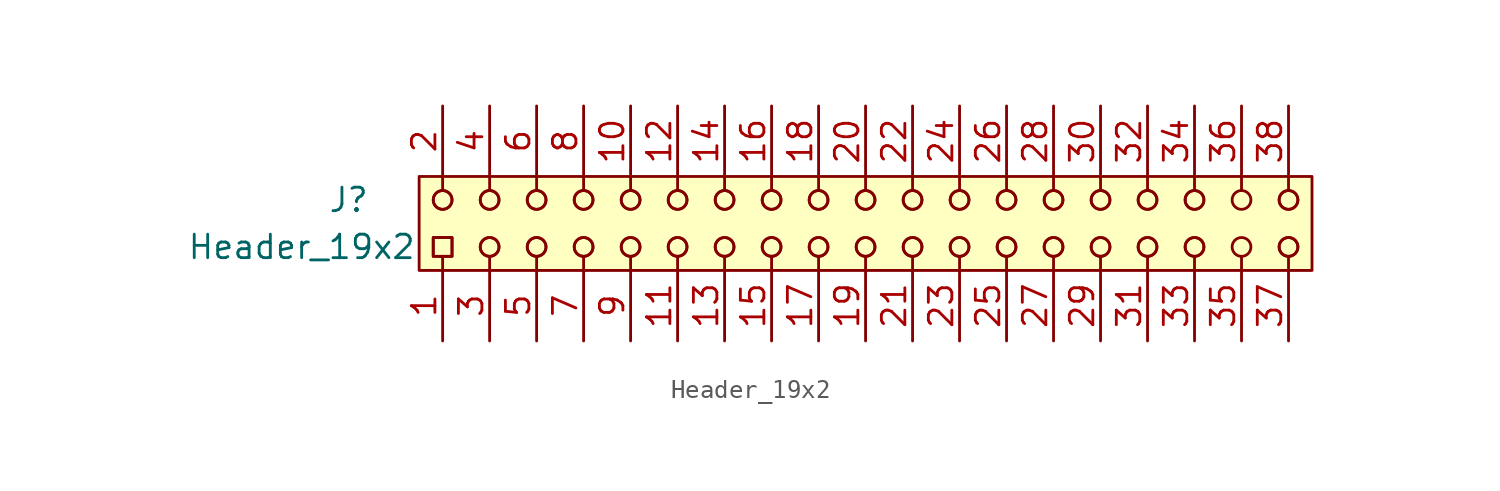
<source format=kicad_sym>
(kicad_symbol_lib
  (version 20220914)
  (generator kicad_symbol_editor)
  (symbol "Header_19x2"
    (pin_names hide)
    (property "Reference" "J"
      (at -27.94 2.54 0)
      (effects (font (size 1.27 1.27))))
    (property "Value" "Header_19x2"
      (at -30.48 0 0)
      (effects (font (size 1.27 1.27))))
    (symbol "Header_19x2_0_0"
      (pin passive line (at -22.86 -5.08 90) (length 3.81) (name "~" (effects (font (size 1.27 1.27)))) (number "1" (effects (font (size 1.27 1.27)))))
      (pin passive line (at -12.7 7.62 270) (length 3.81) (name "~" (effects (font (size 1.27 1.27)))) (number "10" (effects (font (size 1.27 1.27)))))
      (pin passive line (at -10.16 -5.08 90) (length 3.81) (name "~" (effects (font (size 1.27 1.27)))) (number "11" (effects (font (size 1.27 1.27)))))
      (pin passive line (at -10.16 7.62 270) (length 3.81) (name "~" (effects (font (size 1.27 1.27)))) (number "12" (effects (font (size 1.27 1.27)))))
      (pin passive line (at -7.62 -5.08 90) (length 3.81) (name "~" (effects (font (size 1.27 1.27)))) (number "13" (effects (font (size 1.27 1.27)))))
      (pin passive line (at -7.62 7.62 270) (length 3.81) (name "~" (effects (font (size 1.27 1.27)))) (number "14" (effects (font (size 1.27 1.27)))))
      (pin passive line (at -5.08 -5.08 90) (length 3.81) (name "~" (effects (font (size 1.27 1.27)))) (number "15" (effects (font (size 1.27 1.27)))))
      (pin passive line (at -5.08 7.62 270) (length 3.81) (name "~" (effects (font (size 1.27 1.27)))) (number "16" (effects (font (size 1.27 1.27)))))
      (pin passive line (at -2.54 -5.08 90) (length 3.81) (name "~" (effects (font (size 1.27 1.27)))) (number "17" (effects (font (size 1.27 1.27)))))
      (pin passive line (at -2.54 7.62 270) (length 3.81) (name "~" (effects (font (size 1.27 1.27)))) (number "18" (effects (font (size 1.27 1.27)))))
      (pin passive line (at 0 -5.08 90) (length 3.81) (name "~" (effects (font (size 1.27 1.27)))) (number "19" (effects (font (size 1.27 1.27)))))
      (pin passive line (at -22.86 7.62 270) (length 3.81) (name "~" (effects (font (size 1.27 1.27)))) (number "2" (effects (font (size 1.27 1.27)))))
      (pin passive line (at 0 7.62 270) (length 3.81) (name "~" (effects (font (size 1.27 1.27)))) (number "20" (effects (font (size 1.27 1.27)))))
      (pin passive line (at 2.54 -5.08 90) (length 3.81) (name "~" (effects (font (size 1.27 1.27)))) (number "21" (effects (font (size 1.27 1.27)))))
      (pin passive line (at 2.54 7.62 270) (length 3.81) (name "~" (effects (font (size 1.27 1.27)))) (number "22" (effects (font (size 1.27 1.27)))))
      (pin passive line (at 5.08 -5.08 90) (length 3.81) (name "~" (effects (font (size 1.27 1.27)))) (number "23" (effects (font (size 1.27 1.27)))))
      (pin passive line (at 5.08 7.62 270) (length 3.81) (name "~" (effects (font (size 1.27 1.27)))) (number "24" (effects (font (size 1.27 1.27)))))
      (pin passive line (at 7.62 -5.08 90) (length 3.81) (name "~" (effects (font (size 1.27 1.27)))) (number "25" (effects (font (size 1.27 1.27)))))
      (pin passive line (at 7.62 7.62 270) (length 3.81) (name "~" (effects (font (size 1.27 1.27)))) (number "26" (effects (font (size 1.27 1.27)))))
      (pin passive line (at 10.16 -5.08 90) (length 3.81) (name "~" (effects (font (size 1.27 1.27)))) (number "27" (effects (font (size 1.27 1.27)))))
      (pin passive line (at 10.16 7.62 270) (length 3.81) (name "~" (effects (font (size 1.27 1.27)))) (number "28" (effects (font (size 1.27 1.27)))))
      (pin passive line (at 12.7 -5.08 90) (length 3.81) (name "~" (effects (font (size 1.27 1.27)))) (number "29" (effects (font (size 1.27 1.27)))))
      (pin passive line (at -20.32 -5.08 90) (length 3.81) (name "~" (effects (font (size 1.27 1.27)))) (number "3" (effects (font (size 1.27 1.27)))))
      (pin passive line (at 12.7 7.62 270) (length 3.81) (name "~" (effects (font (size 1.27 1.27)))) (number "30" (effects (font (size 1.27 1.27)))))
      (pin passive line (at 15.24 -5.08 90) (length 3.81) (name "~" (effects (font (size 1.27 1.27)))) (number "31" (effects (font (size 1.27 1.27)))))
      (pin passive line (at 15.24 7.62 270) (length 3.81) (name "~" (effects (font (size 1.27 1.27)))) (number "32" (effects (font (size 1.27 1.27)))))
      (pin passive line (at 17.78 -5.08 90) (length 3.81) (name "~" (effects (font (size 1.27 1.27)))) (number "33" (effects (font (size 1.27 1.27)))))
      (pin passive line (at 17.78 7.62 270) (length 3.81) (name "~" (effects (font (size 1.27 1.27)))) (number "34" (effects (font (size 1.27 1.27)))))
      (pin passive line (at 20.32 -5.08 90) (length 3.81) (name "~" (effects (font (size 1.27 1.27)))) (number "35" (effects (font (size 1.27 1.27)))))
      (pin passive line (at 20.32 7.62 270) (length 3.81) (name "~" (effects (font (size 1.27 1.27)))) (number "36" (effects (font (size 1.27 1.27)))))
      (pin passive line (at 22.86 -5.08 90) (length 3.81) (name "~" (effects (font (size 1.27 1.27)))) (number "37" (effects (font (size 1.27 1.27)))))
      (pin passive line (at 22.86 7.62 270) (length 3.81) (name "~" (effects (font (size 1.27 1.27)))) (number "38" (effects (font (size 1.27 1.27)))))
      (pin passive line (at -20.32 7.62 270) (length 3.81) (name "~" (effects (font (size 1.27 1.27)))) (number "4" (effects (font (size 1.27 1.27)))))
      (pin passive line (at -17.78 -5.08 90) (length 3.81) (name "~" (effects (font (size 1.27 1.27)))) (number "5" (effects (font (size 1.27 1.27)))))
      (pin passive line (at -17.78 7.62 270) (length 3.81) (name "~" (effects (font (size 1.27 1.27)))) (number "6" (effects (font (size 1.27 1.27)))))
      (pin passive line (at -15.24 -5.08 90) (length 3.81) (name "~" (effects (font (size 1.27 1.27)))) (number "7" (effects (font (size 1.27 1.27)))))
      (pin passive line (at -15.24 7.62 270) (length 3.81) (name "~" (effects (font (size 1.27 1.27)))) (number "8" (effects (font (size 1.27 1.27)))))
      (pin passive line (at -12.7 -5.08 90) (length 3.81) (name "~" (effects (font (size 1.27 1.27)))) (number "9" (effects (font (size 1.27 1.27))))))
    (symbol "Header_19x2_0_1"
      (rectangle (start -24.13 3.81) (end 24.13 -1.27) (stroke (width 0.152) (type default)) (fill (type background)))
      (rectangle (start -23.368 0.508) (end -22.352 -0.508) (stroke (width 0) (type default)) (fill (type none)))
      (rectangle (start -23.368 0.508) (end -22.352 -0.508) (stroke (width 0) (type default)) (fill (type none)))
      (circle (center -22.86 2.54) (radius 0.508) (stroke (width 0) (type default)) (fill (type none)))
      (circle (center -22.86 2.54) (radius 0.508) (stroke (width 0) (type default)) (fill (type none)))
      (circle (center -20.32 0) (radius 0.508) (stroke (width 0) (type default)) (fill (type none)))
      (circle (center -20.32 0) (radius 0.508) (stroke (width 0) (type default)) (fill (type none)))
      (circle (center -20.32 2.54) (radius 0.508) (stroke (width 0) (type default)) (fill (type none)))
      (circle (center -20.32 2.54) (radius 0.508) (stroke (width 0) (type default)) (fill (type none)))
      (circle (center -17.78 0) (radius 0.508) (stroke (width 0) (type default)) (fill (type none)))
      (circle (center -17.78 0) (radius 0.508) (stroke (width 0) (type default)) (fill (type none)))
      (circle (center -17.78 2.54) (radius 0.508) (stroke (width 0) (type default)) (fill (type none)))
      (circle (center -17.78 2.54) (radius 0.508) (stroke (width 0) (type default)) (fill (type none)))
      (circle (center -15.24 0) (radius 0.508) (stroke (width 0) (type default)) (fill (type none)))
      (circle (center -15.24 0) (radius 0.508) (stroke (width 0) (type default)) (fill (type none)))
      (circle (center -15.24 2.54) (radius 0.508) (stroke (width 0) (type default)) (fill (type none)))
      (circle (center -15.24 2.54) (radius 0.508) (stroke (width 0) (type default)) (fill (type none)))
      (circle (center -12.7 0) (radius 0.508) (stroke (width 0) (type default)) (fill (type none)))
      (circle (center -12.7 0) (radius 0.508) (stroke (width 0) (type default)) (fill (type none)))
      (circle (center -12.7 2.54) (radius 0.508) (stroke (width 0) (type default)) (fill (type none)))
      (circle (center -12.7 2.54) (radius 0.508) (stroke (width 0) (type default)) (fill (type none)))
      (circle (center -10.16 0) (radius 0.508) (stroke (width 0) (type default)) (fill (type none)))
      (circle (center -10.16 0) (radius 0.508) (stroke (width 0) (type default)) (fill (type none)))
      (circle (center -10.16 2.54) (radius 0.508) (stroke (width 0) (type default)) (fill (type none)))
      (circle (center -10.16 2.54) (radius 0.508) (stroke (width 0) (type default)) (fill (type none)))
      (circle (center -7.62 0) (radius 0.508) (stroke (width 0) (type default)) (fill (type none)))
      (circle (center -7.62 0) (radius 0.508) (stroke (width 0) (type default)) (fill (type none)))
      (circle (center -7.62 2.54) (radius 0.508) (stroke (width 0) (type default)) (fill (type none)))
      (circle (center -7.62 2.54) (radius 0.508) (stroke (width 0) (type default)) (fill (type none)))
      (circle (center -5.08 0) (radius 0.508) (stroke (width 0) (type default)) (fill (type none)))
      (circle (center -5.08 0) (radius 0.508) (stroke (width 0) (type default)) (fill (type none)))
      (circle (center -5.08 2.54) (radius 0.508) (stroke (width 0) (type default)) (fill (type none)))
      (circle (center -5.08 2.54) (radius 0.508) (stroke (width 0) (type default)) (fill (type none)))
      (circle (center -2.54 0) (radius 0.508) (stroke (width 0) (type default)) (fill (type none)))
      (circle (center -2.54 0) (radius 0.508) (stroke (width 0) (type default)) (fill (type none)))
      (circle (center -2.54 2.54) (radius 0.508) (stroke (width 0) (type default)) (fill (type none)))
      (circle (center -2.54 2.54) (radius 0.508) (stroke (width 0) (type default)) (fill (type none)))
      (polyline (pts (xy -22.86 -0.508) (xy -22.86 -1.27)) (stroke (width 0) (type default)) (fill (type none)))
      (polyline (pts (xy -22.86 3.048) (xy -22.86 3.81)) (stroke (width 0) (type default)) (fill (type none)))
      (polyline (pts (xy -20.32 -0.508) (xy -20.32 -1.27)) (stroke (width 0) (type default)) (fill (type none)))
      (polyline (pts (xy -20.32 3.048) (xy -20.32 3.81)) (stroke (width 0) (type default)) (fill (type none)))
      (polyline (pts (xy -17.78 -0.508) (xy -17.78 -1.27)) (stroke (width 0) (type default)) (fill (type none)))
      (polyline (pts (xy -17.78 3.048) (xy -17.78 3.81)) (stroke (width 0) (type default)) (fill (type none)))
      (polyline (pts (xy -15.24 -0.508) (xy -15.24 -1.27)) (stroke (width 0) (type default)) (fill (type none)))
      (polyline (pts (xy -15.24 3.048) (xy -15.24 3.81)) (stroke (width 0) (type default)) (fill (type none)))
      (polyline (pts (xy -12.7 -0.508) (xy -12.7 -1.27)) (stroke (width 0) (type default)) (fill (type none)))
      (polyline (pts (xy -12.7 3.048) (xy -12.7 3.81)) (stroke (width 0) (type default)) (fill (type none)))
      (polyline (pts (xy -10.16 -0.508) (xy -10.16 -1.27)) (stroke (width 0) (type default)) (fill (type none)))
      (polyline (pts (xy -10.16 3.048) (xy -10.16 3.81)) (stroke (width 0) (type default)) (fill (type none)))
      (polyline (pts (xy -7.62 -0.508) (xy -7.62 -1.27)) (stroke (width 0) (type default)) (fill (type none)))
      (polyline (pts (xy -7.62 3.048) (xy -7.62 3.81)) (stroke (width 0) (type default)) (fill (type none)))
      (polyline (pts (xy -5.08 -0.508) (xy -5.08 -1.27)) (stroke (width 0) (type default)) (fill (type none)))
      (polyline (pts (xy -5.08 3.048) (xy -5.08 3.81)) (stroke (width 0) (type default)) (fill (type none)))
      (polyline (pts (xy -2.54 -0.508) (xy -2.54 -1.27)) (stroke (width 0) (type default)) (fill (type none)))
      (polyline (pts (xy -2.54 3.048) (xy -2.54 3.81)) (stroke (width 0) (type default)) (fill (type none)))
      (polyline (pts (xy 0 -0.508) (xy 0 -1.27)) (stroke (width 0) (type default)) (fill (type none)))
      (polyline (pts (xy 0 3.048) (xy 0 3.81)) (stroke (width 0) (type default)) (fill (type none)))
      (polyline (pts (xy 2.54 -0.508) (xy 2.54 -1.27)) (stroke (width 0) (type default)) (fill (type none)))
      (polyline (pts (xy 2.54 3.048) (xy 2.54 3.81)) (stroke (width 0) (type default)) (fill (type none)))
      (polyline (pts (xy 5.08 -0.508) (xy 5.08 -1.27)) (stroke (width 0) (type default)) (fill (type none)))
      (polyline (pts (xy 5.08 3.048) (xy 5.08 3.81)) (stroke (width 0) (type default)) (fill (type none)))
      (polyline (pts (xy 7.62 -0.508) (xy 7.62 -1.27)) (stroke (width 0) (type default)) (fill (type none)))
      (polyline (pts (xy 7.62 3.048) (xy 7.62 3.81)) (stroke (width 0) (type default)) (fill (type none)))
      (polyline (pts (xy 10.16 -0.508) (xy 10.16 -1.27)) (stroke (width 0) (type default)) (fill (type none)))
      (polyline (pts (xy 10.16 3.048) (xy 10.16 3.81)) (stroke (width 0) (type default)) (fill (type none)))
      (polyline (pts (xy 12.7 -0.508) (xy 12.7 -1.27)) (stroke (width 0) (type default)) (fill (type none)))
      (polyline (pts (xy 12.7 3.048) (xy 12.7 3.81)) (stroke (width 0) (type default)) (fill (type none)))
      (polyline (pts (xy 15.24 -0.508) (xy 15.24 -1.27)) (stroke (width 0) (type default)) (fill (type none)))
      (polyline (pts (xy 15.24 3.048) (xy 15.24 3.81)) (stroke (width 0) (type default)) (fill (type none)))
      (polyline (pts (xy 17.78 -0.508) (xy 17.78 -1.27)) (stroke (width 0) (type default)) (fill (type none)))
      (polyline (pts (xy 17.78 3.048) (xy 17.78 3.81)) (stroke (width 0) (type default)) (fill (type none)))
      (polyline (pts (xy 20.32 -0.508) (xy 20.32 -1.27)) (stroke (width 0) (type default)) (fill (type none)))
      (polyline (pts (xy 20.32 3.048) (xy 20.32 3.81)) (stroke (width 0) (type default)) (fill (type none)))
      (polyline (pts (xy 22.86 -0.508) (xy 22.86 -1.27)) (stroke (width 0) (type default)) (fill (type none)))
      (polyline (pts (xy 22.86 3.048) (xy 22.86 3.81)) (stroke (width 0) (type default)) (fill (type none)))
      (circle (center 0 0) (radius 0.508) (stroke (width 0) (type default)) (fill (type none)))
      (circle (center 0 0) (radius 0.508) (stroke (width 0) (type default)) (fill (type none)))
      (circle (center 0 2.54) (radius 0.508) (stroke (width 0) (type default)) (fill (type none)))
      (circle (center 0 2.54) (radius 0.508) (stroke (width 0) (type default)) (fill (type none)))
      (circle (center 2.54 0) (radius 0.508) (stroke (width 0) (type default)) (fill (type none)))
      (circle (center 2.54 0) (radius 0.508) (stroke (width 0) (type default)) (fill (type none)))
      (circle (center 2.54 2.54) (radius 0.508) (stroke (width 0) (type default)) (fill (type none)))
      (circle (center 2.54 2.54) (radius 0.508) (stroke (width 0) (type default)) (fill (type none)))
      (circle (center 5.08 0) (radius 0.508) (stroke (width 0) (type default)) (fill (type none)))
      (circle (center 5.08 0) (radius 0.508) (stroke (width 0) (type default)) (fill (type none)))
      (circle (center 5.08 2.54) (radius 0.508) (stroke (width 0) (type default)) (fill (type none)))
      (circle (center 5.08 2.54) (radius 0.508) (stroke (width 0) (type default)) (fill (type none)))
      (circle (center 7.62 0) (radius 0.508) (stroke (width 0) (type default)) (fill (type none)))
      (circle (center 7.62 0) (radius 0.508) (stroke (width 0) (type default)) (fill (type none)))
      (circle (center 7.62 2.54) (radius 0.508) (stroke (width 0) (type default)) (fill (type none)))
      (circle (center 7.62 2.54) (radius 0.508) (stroke (width 0) (type default)) (fill (type none)))
      (circle (center 10.16 0) (radius 0.508) (stroke (width 0) (type default)) (fill (type none)))
      (circle (center 10.16 0) (radius 0.508) (stroke (width 0) (type default)) (fill (type none)))
      (circle (center 10.16 2.54) (radius 0.508) (stroke (width 0) (type default)) (fill (type none)))
      (circle (center 10.16 2.54) (radius 0.508) (stroke (width 0) (type default)) (fill (type none)))
      (circle (center 12.7 0) (radius 0.508) (stroke (width 0) (type default)) (fill (type none)))
      (circle (center 12.7 0) (radius 0.508) (stroke (width 0) (type default)) (fill (type none)))
      (circle (center 12.7 2.54) (radius 0.508) (stroke (width 0) (type default)) (fill (type none)))
      (circle (center 12.7 2.54) (radius 0.508) (stroke (width 0) (type default)) (fill (type none)))
      (circle (center 15.24 0) (radius 0.508) (stroke (width 0) (type default)) (fill (type none)))
      (circle (center 15.24 0) (radius 0.508) (stroke (width 0) (type default)) (fill (type none)))
      (circle (center 15.24 2.54) (radius 0.508) (stroke (width 0) (type default)) (fill (type none)))
      (circle (center 15.24 2.54) (radius 0.508) (stroke (width 0) (type default)) (fill (type none)))
      (circle (center 17.78 0) (radius 0.508) (stroke (width 0) (type default)) (fill (type none)))
      (circle (center 17.78 0) (radius 0.508) (stroke (width 0) (type default)) (fill (type none)))
      (circle (center 17.78 2.54) (radius 0.508) (stroke (width 0) (type default)) (fill (type none)))
      (circle (center 17.78 2.54) (radius 0.508) (stroke (width 0) (type default)) (fill (type none)))
      (circle (center 20.32 0) (radius 0.508) (stroke (width 0) (type default)) (fill (type none)))
      (circle (center 20.32 2.54) (radius 0.508) (stroke (width 0) (type default)) (fill (type none)))
      (circle (center 22.86 0) (radius 0.508) (stroke (width 0) (type default)) (fill (type none)))
      (circle (center 22.86 0) (radius 0.508) (stroke (width 0) (type default)) (fill (type none)))
      (circle (center 22.86 2.54) (radius 0.508) (stroke (width 0) (type default)) (fill (type none)))
      (circle (center 22.86 2.54) (radius 0.508) (stroke (width 0) (type default)) (fill (type none))))))
</source>
